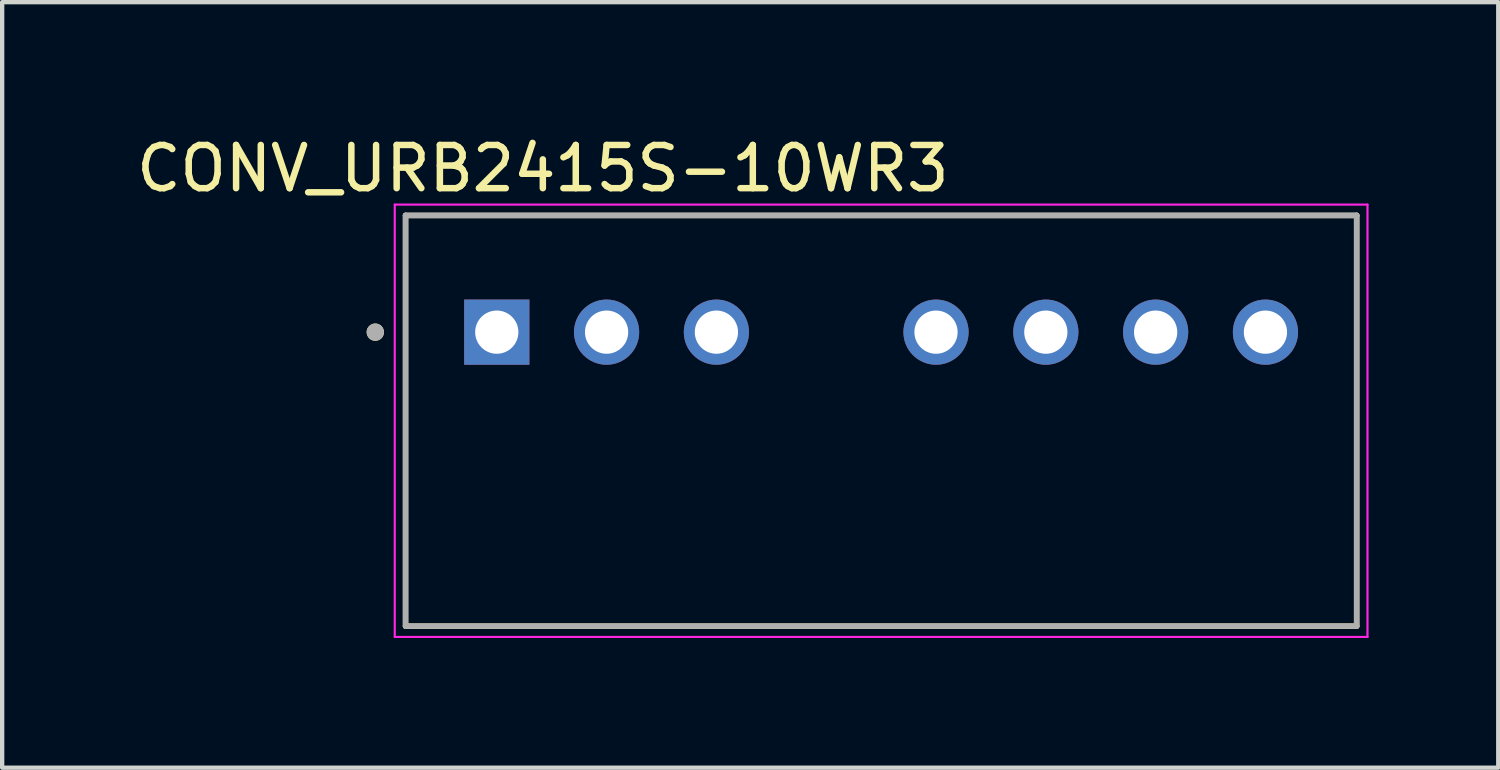
<source format=kicad_pcb>
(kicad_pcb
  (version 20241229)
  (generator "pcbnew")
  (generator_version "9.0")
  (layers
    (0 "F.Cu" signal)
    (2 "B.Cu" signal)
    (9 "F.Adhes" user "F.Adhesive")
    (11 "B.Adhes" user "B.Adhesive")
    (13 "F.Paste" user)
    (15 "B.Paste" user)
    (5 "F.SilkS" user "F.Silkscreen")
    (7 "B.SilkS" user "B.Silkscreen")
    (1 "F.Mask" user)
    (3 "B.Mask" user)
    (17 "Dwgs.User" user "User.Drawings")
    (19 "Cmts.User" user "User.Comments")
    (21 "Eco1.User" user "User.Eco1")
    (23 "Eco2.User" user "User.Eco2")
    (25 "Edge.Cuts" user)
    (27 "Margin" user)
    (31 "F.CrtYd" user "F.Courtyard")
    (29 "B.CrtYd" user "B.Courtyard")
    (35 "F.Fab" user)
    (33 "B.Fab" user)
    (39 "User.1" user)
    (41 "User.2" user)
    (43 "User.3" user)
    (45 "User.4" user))
  (footprint "CONV_URB2415S-10WR3"
    (layer "F.Cu")
    (at 17.331 6.683)
    (property "Reference" "CONV_URB2415S-10WR3" (at -7.825 -5.835 0) (layer "F.SilkS") (effects (font (size 1 1) (thickness 0.15))))
    (attr through_hole)
    (fp_line (start -11 -4.75) (end 11 -4.75) (stroke (width 0.127) (type solid)) (layer "F.SilkS"))
    (fp_line (start -11 4.75) (end -11 -4.75) (stroke (width 0.127) (type solid)) (layer "F.SilkS"))
    (fp_line (start 11 -4.75) (end 11 4.75) (stroke (width 0.127) (type solid)) (layer "F.SilkS"))
    (fp_line (start 11 4.75) (end -11 4.75) (stroke (width 0.127) (type solid)) (layer "F.SilkS"))
    (fp_circle (center -11.7 -2.05) (end -11.6 -2.05) (stroke (width 0.2) (type solid)) (fill no) (layer "F.SilkS"))
    (fp_line (start -11.25 -5) (end 11.25 -5) (stroke (width 0.05) (type solid)) (layer "F.CrtYd"))
    (fp_line (start -11.25 5) (end -11.25 -5) (stroke (width 0.05) (type solid)) (layer "F.CrtYd"))
    (fp_line (start 11.25 -5) (end 11.25 5) (stroke (width 0.05) (type solid)) (layer "F.CrtYd"))
    (fp_line (start 11.25 5) (end -11.25 5) (stroke (width 0.05) (type solid)) (layer "F.CrtYd"))
    (fp_line (start -11 -4.75) (end -11 4.75) (stroke (width 0.127) (type solid)) (layer "F.Fab"))
    (fp_line (start -11 -4.75) (end 11 -4.75) (stroke (width 0.127) (type solid)) (layer "F.Fab"))
    (fp_line (start -11 4.75) (end 11 4.75) (stroke (width 0.127) (type solid)) (layer "F.Fab"))
    (fp_line (start 11 4.75) (end 11 -4.75) (stroke (width 0.127) (type solid)) (layer "F.Fab"))
    (fp_circle (center -11.7 -2.05) (end -11.6 -2.05) (stroke (width 0.2) (type solid)) (fill no) (layer "F.Fab"))
    (pad "1" thru_hole rect (at -8.89 -2.05) (size 1.508 1.508) (drill 1) (layers "*.Cu" "*.Mask"))
    (pad "2" thru_hole circle (at -6.35 -2.05) (size 1.508 1.508) (drill 1) (layers "*.Cu" "*.Mask"))
    (pad "3" thru_hole circle (at -3.81 -2.05) (size 1.508 1.508) (drill 1) (layers "*.Cu" "*.Mask"))
    (pad "5" thru_hole circle (at 1.27 -2.05) (size 1.508 1.508) (drill 1) (layers "*.Cu" "*.Mask"))
    (pad "6" thru_hole circle (at 3.81 -2.05) (size 1.508 1.508) (drill 1) (layers "*.Cu" "*.Mask"))
    (pad "7" thru_hole circle (at 6.35 -2.05) (size 1.508 1.508) (drill 1) (layers "*.Cu" "*.Mask"))
    (pad "8" thru_hole circle (at 8.89 -2.05) (size 1.508 1.508) (drill 1) (layers "*.Cu" "*.Mask")))
  (gr_rect
    (start -3 -3)
    (end 31.606 14.708)
    (stroke (width 0.1) (type default))
    (fill no)
    (layer "Edge.Cuts")))
</source>
